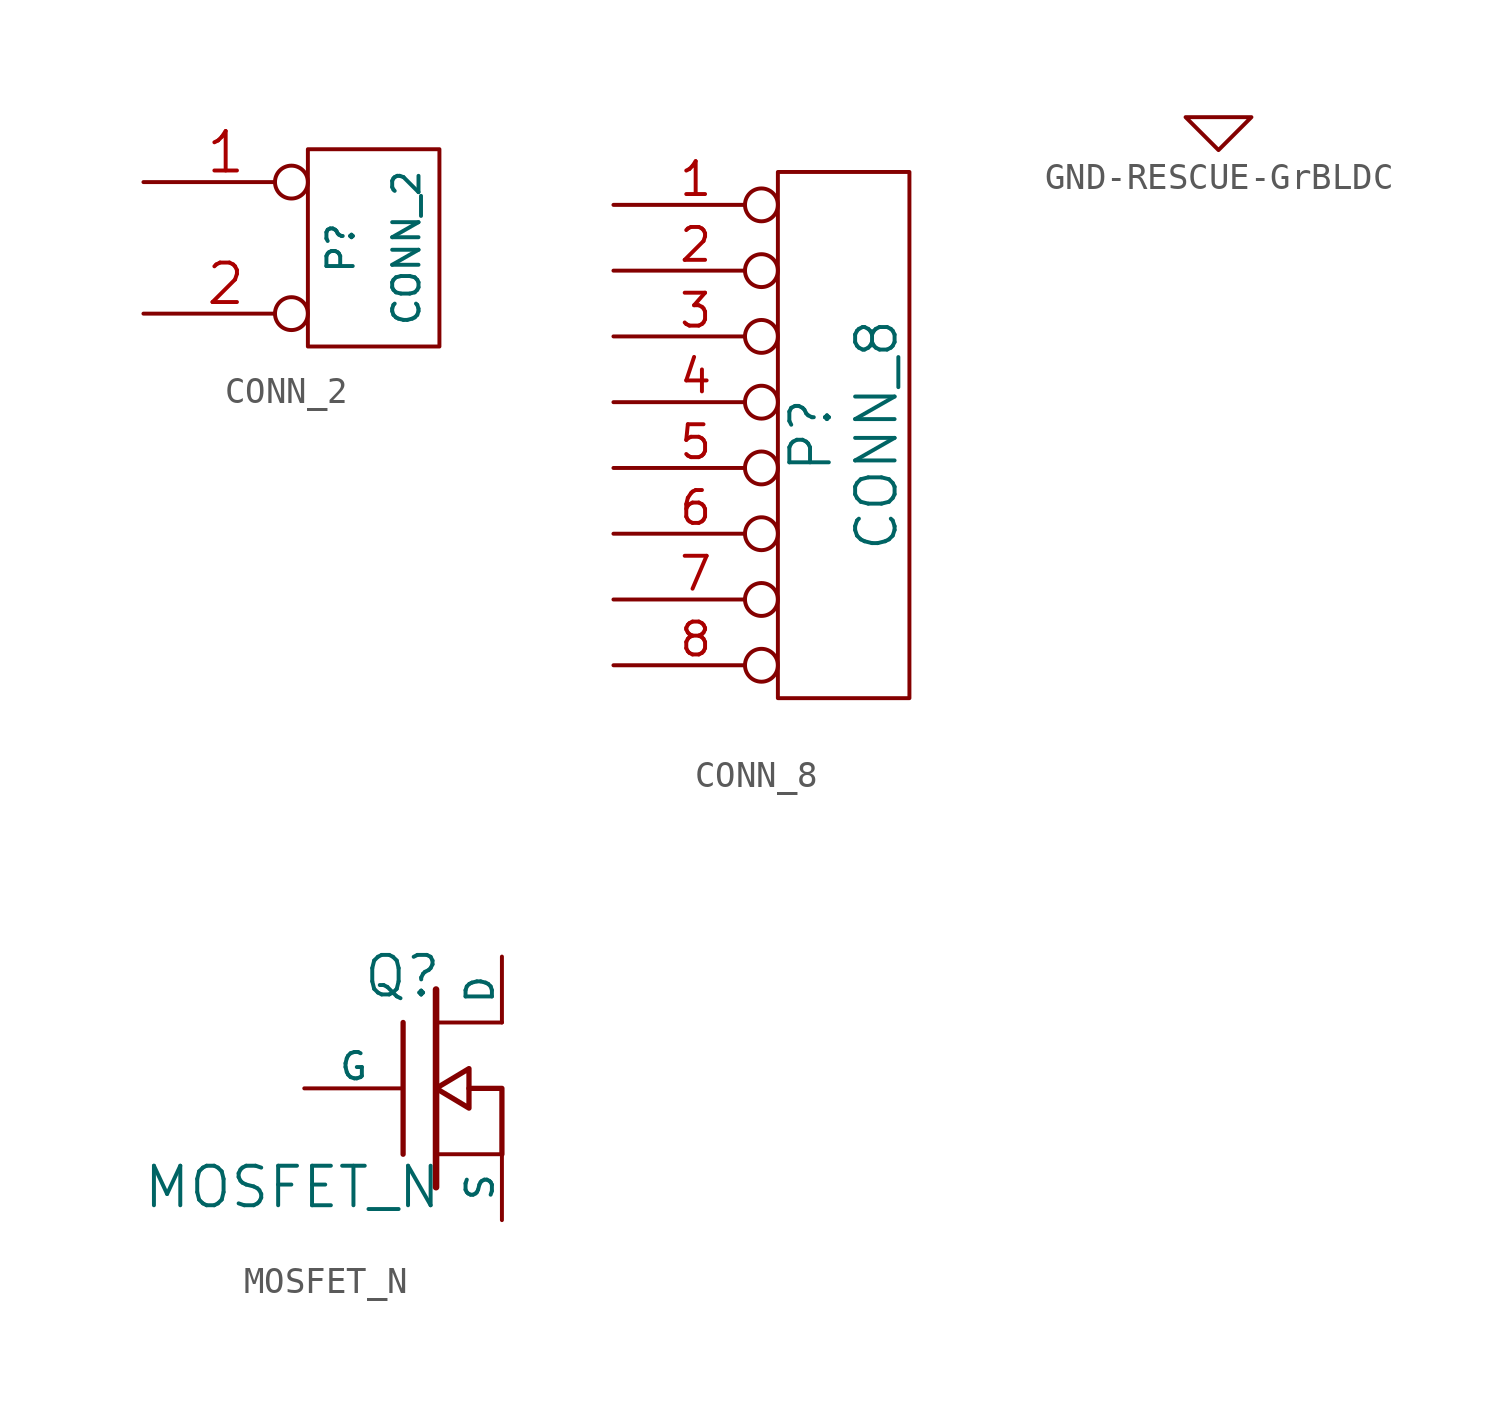
<source format=kicad_sym>
(kicad_symbol_lib
  (version 20231120)
  (generator "kicad_symbol_editor")
  (generator_version "8.0")
  (symbol "CONN_2"
    (pin_names
      (offset 1.016) hide)
    (property "Reference" "P"
      (at -1.27 0 90)
      (effects (font (size 1.016 1.016))))
    (property "Value" "CONN_2"
      (at 1.27 0 90)
      (effects (font (size 1.016 1.016))))
    (property "Footprint" ""
      (at 0 0 0)
      (effects (font (size 1.524 1.524))))
    (property "Datasheet" ""
      (at 0 0 0)
      (effects (font (size 1.524 1.524))))
    (symbol "CONN_2_0_1"
      (rectangle (start -2.54 3.81) (end 2.54 -3.81) (stroke (width 0) (type solid)) (fill (type none))))
    (symbol "CONN_2_1_1"
      (pin passive inverted (at -8.89 2.54 0) (length 6.35) (name "P1" (effects (font (size 1.524 1.524)))) (number "1" (effects (font (size 1.524 1.524)))))
      (pin passive inverted (at -8.89 -2.54 0) (length 6.35) (name "PM" (effects (font (size 1.524 1.524)))) (number "2" (effects (font (size 1.524 1.524)))))))
  (symbol "CONN_8"
    (pin_names
      (offset 1.016) hide)
    (property "Reference" "P"
      (at -1.27 0 90)
      (effects (font (size 1.524 1.524))))
    (property "Value" "CONN_8"
      (at 1.27 0 90)
      (effects (font (size 1.524 1.524))))
    (property "Footprint" ""
      (at 0 0 0)
      (effects (font (size 1.524 1.524))))
    (property "Datasheet" ""
      (at 0 0 0)
      (effects (font (size 1.524 1.524))))
    (symbol "CONN_8_0_1"
      (rectangle (start -2.54 10.16) (end 2.54 -10.16) (stroke (width 0) (type solid)) (fill (type none))))
    (symbol "CONN_8_1_1"
      (pin passive inverted (at -8.89 8.89 0) (length 6.35) (name "P1" (effects (font (size 1.27 1.27)))) (number "1" (effects (font (size 1.27 1.27)))))
      (pin passive inverted (at -8.89 6.35 0) (length 6.35) (name "P2" (effects (font (size 1.27 1.27)))) (number "2" (effects (font (size 1.27 1.27)))))
      (pin passive inverted (at -8.89 3.81 0) (length 6.35) (name "P3" (effects (font (size 1.27 1.27)))) (number "3" (effects (font (size 1.27 1.27)))))
      (pin passive inverted (at -8.89 1.27 0) (length 6.35) (name "P4" (effects (font (size 1.27 1.27)))) (number "4" (effects (font (size 1.27 1.27)))))
      (pin passive inverted (at -8.89 -1.27 0) (length 6.35) (name "P5" (effects (font (size 1.27 1.27)))) (number "5" (effects (font (size 1.27 1.27)))))
      (pin passive inverted (at -8.89 -3.81 0) (length 6.35) (name "P6" (effects (font (size 1.27 1.27)))) (number "6" (effects (font (size 1.27 1.27)))))
      (pin passive inverted (at -8.89 -6.35 0) (length 6.35) (name "P7" (effects (font (size 1.27 1.27)))) (number "7" (effects (font (size 1.27 1.27)))))
      (pin passive inverted (at -8.89 -8.89 0) (length 6.35) (name "P8" (effects (font (size 1.27 1.27)))) (number "8" (effects (font (size 1.27 1.27)))))))
  (symbol "GND-RESCUE-GrBLDC"
    (power)
    (pin_names
      (offset 0))
    (property "Reference" "#PWR"
      (at 0 0 0)
      (effects (font (size 0.762 0.762)) (hide yes)))
    (property "Footprint" ""
      (at 0 0 0)
      (effects (font (size 1.524 1.524))))
    (property "Datasheet" ""
      (at 0 0 0)
      (effects (font (size 1.524 1.524))))
    (symbol "GND-RESCUE-GrBLDC_0_1"
      (polyline (pts (xy -1.27 0) (xy 0 -1.27) (xy 1.27 0) (xy -1.27 0)) (stroke (width 0) (type solid)) (fill (type none))))
    (symbol "GND-RESCUE-GrBLDC_1_1"
      (pin power_in line (at 0 0 90) (length 0) hide (name "GND" (effects (font (size 0.762 0.762)))) (number "1" (effects (font (size 0.762 0.762)))))))
  (symbol "MOSFET_N"
    (pin_numbers hide)
    (pin_names
      (offset 0))
    (property "Reference" "Q"
      (at 0.254 4.318 0)
      (effects (font (size 1.524 1.524)) (justify right)))
    (property "Value" "MOSFET_N"
      (at 0.254 -3.81 0)
      (effects (font (size 1.524 1.524)) (justify right)))
    (property "Footprint" ""
      (at 0 0 0)
      (effects (font (size 1.524 1.524))))
    (property "Datasheet" ""
      (at 0 0 0)
      (effects (font (size 1.524 1.524))))
    (symbol "MOSFET_N_0_1"
      (polyline (pts (xy -1.27 -2.54) (xy -1.27 2.54)) (stroke (width 0.203) (type solid)) (fill (type none)))
      (polyline (pts (xy 0 -3.81) (xy 0 3.81)) (stroke (width 0.254) (type solid)) (fill (type none)))
      (polyline (pts (xy 2.54 -2.54) (xy 0 -2.54)) (stroke (width 0) (type solid)) (fill (type none)))
      (polyline (pts (xy 2.54 2.54) (xy 0 2.54)) (stroke (width 0) (type solid)) (fill (type none)))
      (polyline (pts (xy 2.54 -2.54) (xy 2.54 0) (xy 1.27 0)) (stroke (width 0.203) (type solid)) (fill (type none)))
      (polyline (pts (xy 1.27 0.762) (xy 1.27 -0.762) (xy 0 0) (xy 1.27 0.762) (xy 1.27 0.762)) (stroke (width 0.203) (type solid)) (fill (type none))))
    (symbol "MOSFET_N_1_1"
      (pin passive line (at 2.54 5.08 270) (length 2.54) (name "D" (effects (font (size 1.016 1.016)))) (number "D" (effects (font (size 1.016 1.016)))))
      (pin input line (at -5.08 0 0) (length 3.81) (name "G" (effects (font (size 1.016 1.016)))) (number "G" (effects (font (size 1.016 1.016)))))
      (pin passive line (at 2.54 -5.08 90) (length 2.54) (name "S" (effects (font (size 1.016 1.016)))) (number "S" (effects (font (size 1.016 1.016))))))))
</source>
